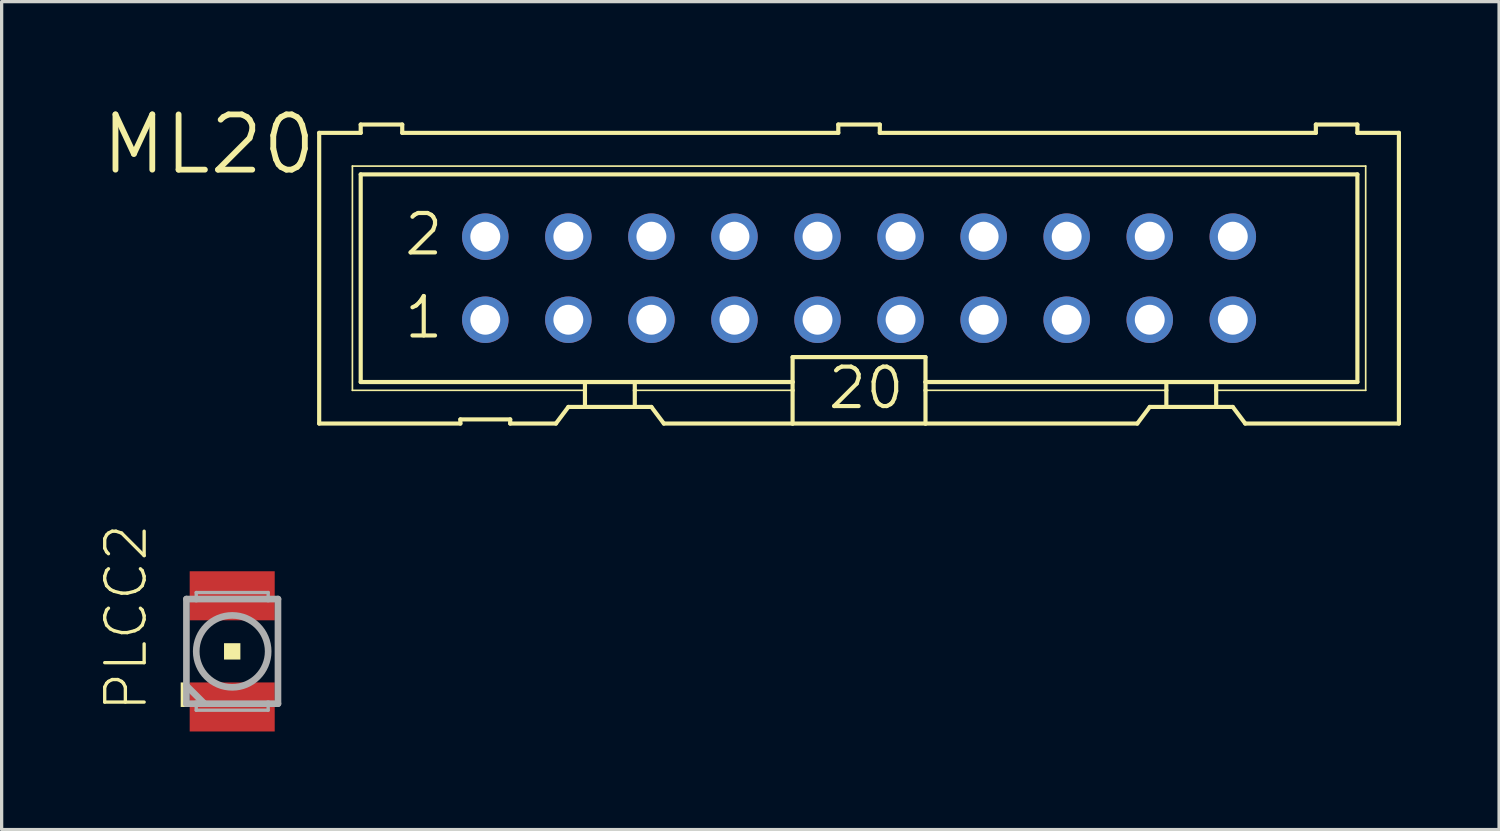
<source format=kicad_pcb>
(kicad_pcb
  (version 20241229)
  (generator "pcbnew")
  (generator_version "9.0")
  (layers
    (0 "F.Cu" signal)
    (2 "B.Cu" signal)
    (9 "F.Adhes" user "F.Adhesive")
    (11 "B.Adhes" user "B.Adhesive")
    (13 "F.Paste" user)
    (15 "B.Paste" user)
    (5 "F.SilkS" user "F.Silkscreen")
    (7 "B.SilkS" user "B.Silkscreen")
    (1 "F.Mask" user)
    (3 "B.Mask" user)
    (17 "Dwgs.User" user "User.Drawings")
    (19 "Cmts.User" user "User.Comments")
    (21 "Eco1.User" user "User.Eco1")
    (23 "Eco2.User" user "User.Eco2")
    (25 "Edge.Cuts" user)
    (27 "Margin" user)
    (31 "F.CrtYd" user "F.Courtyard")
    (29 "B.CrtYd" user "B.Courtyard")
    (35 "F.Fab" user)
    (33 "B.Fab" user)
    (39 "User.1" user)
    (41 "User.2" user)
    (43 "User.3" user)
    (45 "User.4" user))
  (footprint "PLCC2"
    (layer "F.Cu")
    (at 4.051 16.87)
    (property "Reference" "PLCC2" (at -2.54 1.905 90) (layer "F.SilkS") (effects (font (size 1.206 1.206) (thickness 0.102)) (justify left bottom)))
    (attr through_hole)
    (fp_poly (pts (xy -1.4 -0.65) (xy 1.4 -0.65) (xy 1.4 -2.35) (xy -1.4 -2.35)) (stroke (width 0) (type solid)) (fill yes) (layer "F.Mask"))
    (fp_poly (pts (xy -1.4 2.35) (xy 1.4 2.35) (xy 1.4 0.65) (xy -1.4 0.65)) (stroke (width 0) (type solid)) (fill yes) (layer "F.Mask"))
    (fp_poly (pts (xy -1.575 1.7) (xy -1.35 1.7) (xy -1.35 0.95) (xy -1.575 0.95)) (stroke (width 0) (type solid)) (fill yes) (layer "F.SilkS"))
    (fp_poly (pts (xy -0.25 0.25) (xy 0.25 0.25) (xy 0.25 -0.25) (xy -0.25 -0.25)) (stroke (width 0) (type solid)) (fill yes) (layer "F.SilkS"))
    (fp_poly (pts (xy -1.3 -0.75) (xy 1.3 -0.75) (xy 1.3 -2.25) (xy -1.3 -2.25)) (stroke (width 0) (type solid)) (fill yes) (layer "F.Paste"))
    (fp_poly (pts (xy -1.3 2.25) (xy 1.3 2.25) (xy 1.3 0.75) (xy -1.3 0.75)) (stroke (width 0) (type solid)) (fill yes) (layer "F.Paste"))
    (fp_line (start -1.4 -1.6) (end -1.4 1.05) (stroke (width 0.203) (type solid)) (layer "F.Fab"))
    (fp_line (start -1.4 1.05) (end -1.4 1.6) (stroke (width 0.203) (type solid)) (layer "F.Fab"))
    (fp_line (start -1.4 1.6) (end -1.1 1.6) (stroke (width 0.203) (type solid)) (layer "F.Fab"))
    (fp_line (start -1.1 -1.8) (end 1.1 -1.8) (stroke (width 0.102) (type solid)) (layer "F.Fab"))
    (fp_line (start -1.1 -1.6) (end -1.4 -1.6) (stroke (width 0.203) (type solid)) (layer "F.Fab"))
    (fp_line (start -1.1 -1.6) (end -1.1 -1.8) (stroke (width 0.102) (type solid)) (layer "F.Fab"))
    (fp_line (start -1.1 1.6) (end -1.1 1.8) (stroke (width 0.102) (type solid)) (layer "F.Fab"))
    (fp_line (start -1.1 1.6) (end -0.85 1.6) (stroke (width 0.203) (type solid)) (layer "F.Fab"))
    (fp_line (start -1.1 1.8) (end 1.1 1.8) (stroke (width 0.102) (type solid)) (layer "F.Fab"))
    (fp_line (start -0.85 1.6) (end -1.4 1.05) (stroke (width 0.203) (type solid)) (layer "F.Fab"))
    (fp_line (start -0.85 1.6) (end 1.1 1.6) (stroke (width 0.203) (type solid)) (layer "F.Fab"))
    (fp_line (start 1.1 -1.8) (end 1.1 -1.6) (stroke (width 0.102) (type solid)) (layer "F.Fab"))
    (fp_line (start 1.1 -1.6) (end -1.1 -1.6) (stroke (width 0.203) (type solid)) (layer "F.Fab"))
    (fp_line (start 1.1 1.6) (end 1.4 1.6) (stroke (width 0.203) (type solid)) (layer "F.Fab"))
    (fp_line (start 1.1 1.8) (end 1.1 1.6) (stroke (width 0.102) (type solid)) (layer "F.Fab"))
    (fp_line (start 1.4 -1.6) (end 1.1 -1.6) (stroke (width 0.203) (type solid)) (layer "F.Fab"))
    (fp_line (start 1.4 1.6) (end 1.4 -1.6) (stroke (width 0.203) (type solid)) (layer "F.Fab"))
    (fp_circle (center 0 0) (end 1.1 0) (stroke (width 0.203) (type solid)) (fill no) (layer "F.Fab"))
    (pad "A" smd rect (at 0 -1.7) (size 2.6 1.5) (layers "F.Cu" "F.Mask"))
    (pad "C" smd rect (at 0 1.7) (size 2.6 1.5) (layers "F.Cu" "F.Mask")))
  (footprint "ML20"
    (layer "F.Cu")
    (at 23.221 5.458)
    (property "Reference" "ML20" (at -16.51 -5.08 0) (layer "F.SilkS") (effects (font (size 1.689 1.689) (thickness 0.178)) (justify right top)))
    (attr through_hole)
    (fp_line (start -16.51 -4.445) (end -16.51 4.445) (stroke (width 0.127) (type solid)) (layer "F.SilkS"))
    (fp_line (start -16.51 -4.445) (end -15.24 -4.445) (stroke (width 0.127) (type solid)) (layer "F.SilkS"))
    (fp_line (start -16.51 4.445) (end -12.192 4.445) (stroke (width 0.127) (type solid)) (layer "F.SilkS"))
    (fp_line (start -15.494 -3.429) (end -15.494 3.429) (stroke (width 0.051) (type solid)) (layer "F.SilkS"))
    (fp_line (start -15.494 3.429) (end -8.382 3.429) (stroke (width 0.051) (type solid)) (layer "F.SilkS"))
    (fp_line (start -15.24 -4.699) (end -15.24 -4.445) (stroke (width 0.127) (type solid)) (layer "F.SilkS"))
    (fp_line (start -15.24 -3.175) (end -15.24 3.175) (stroke (width 0.127) (type solid)) (layer "F.SilkS"))
    (fp_line (start -15.24 -3.175) (end 15.24 -3.175) (stroke (width 0.127) (type solid)) (layer "F.SilkS"))
    (fp_line (start -13.97 -4.699) (end -15.24 -4.699) (stroke (width 0.127) (type solid)) (layer "F.SilkS"))
    (fp_line (start -13.97 -4.699) (end -13.97 -4.445) (stroke (width 0.127) (type solid)) (layer "F.SilkS"))
    (fp_line (start -13.97 -4.445) (end -0.635 -4.445) (stroke (width 0.127) (type solid)) (layer "F.SilkS"))
    (fp_line (start -12.192 4.318) (end -12.192 4.445) (stroke (width 0.127) (type solid)) (layer "F.SilkS"))
    (fp_line (start -12.192 4.318) (end -10.668 4.318) (stroke (width 0.127) (type solid)) (layer "F.SilkS"))
    (fp_line (start -10.668 4.445) (end -10.668 4.318) (stroke (width 0.127) (type solid)) (layer "F.SilkS"))
    (fp_line (start -10.668 4.445) (end -9.271 4.445) (stroke (width 0.127) (type solid)) (layer "F.SilkS"))
    (fp_line (start -9.271 4.445) (end -8.89 3.937) (stroke (width 0.127) (type solid)) (layer "F.SilkS"))
    (fp_line (start -8.382 3.175) (end -15.24 3.175) (stroke (width 0.127) (type solid)) (layer "F.SilkS"))
    (fp_line (start -8.382 3.175) (end -8.382 3.429) (stroke (width 0.127) (type solid)) (layer "F.SilkS"))
    (fp_line (start -8.382 3.429) (end -8.382 3.937) (stroke (width 0.127) (type solid)) (layer "F.SilkS"))
    (fp_line (start -8.382 3.937) (end -8.89 3.937) (stroke (width 0.127) (type solid)) (layer "F.SilkS"))
    (fp_line (start -6.858 3.175) (end -8.382 3.175) (stroke (width 0.127) (type solid)) (layer "F.SilkS"))
    (fp_line (start -6.858 3.175) (end -6.858 3.429) (stroke (width 0.127) (type solid)) (layer "F.SilkS"))
    (fp_line (start -6.858 3.429) (end -6.858 3.937) (stroke (width 0.127) (type solid)) (layer "F.SilkS"))
    (fp_line (start -6.858 3.429) (end -2.032 3.429) (stroke (width 0.051) (type solid)) (layer "F.SilkS"))
    (fp_line (start -6.858 3.937) (end -8.382 3.937) (stroke (width 0.127) (type solid)) (layer "F.SilkS"))
    (fp_line (start -6.35 3.937) (end -6.858 3.937) (stroke (width 0.127) (type solid)) (layer "F.SilkS"))
    (fp_line (start -6.35 3.937) (end -5.969 4.445) (stroke (width 0.127) (type solid)) (layer "F.SilkS"))
    (fp_line (start -5.969 4.445) (end -2.032 4.445) (stroke (width 0.127) (type solid)) (layer "F.SilkS"))
    (fp_line (start -2.032 3.175) (end -6.858 3.175) (stroke (width 0.127) (type solid)) (layer "F.SilkS"))
    (fp_line (start -2.032 3.175) (end -2.032 2.413) (stroke (width 0.127) (type solid)) (layer "F.SilkS"))
    (fp_line (start -2.032 3.175) (end -2.032 3.429) (stroke (width 0.127) (type solid)) (layer "F.SilkS"))
    (fp_line (start -2.032 3.429) (end -2.032 4.445) (stroke (width 0.127) (type solid)) (layer "F.SilkS"))
    (fp_line (start -0.635 -4.699) (end -0.635 -4.445) (stroke (width 0.127) (type solid)) (layer "F.SilkS"))
    (fp_line (start 0.635 -4.699) (end -0.635 -4.699) (stroke (width 0.127) (type solid)) (layer "F.SilkS"))
    (fp_line (start 0.635 -4.699) (end 0.635 -4.445) (stroke (width 0.127) (type solid)) (layer "F.SilkS"))
    (fp_line (start 0.635 -4.445) (end 13.97 -4.445) (stroke (width 0.127) (type solid)) (layer "F.SilkS"))
    (fp_line (start 2.032 2.413) (end -2.032 2.413) (stroke (width 0.127) (type solid)) (layer "F.SilkS"))
    (fp_line (start 2.032 2.413) (end 2.032 3.175) (stroke (width 0.127) (type solid)) (layer "F.SilkS"))
    (fp_line (start 2.032 3.175) (end 2.032 3.429) (stroke (width 0.127) (type solid)) (layer "F.SilkS"))
    (fp_line (start 2.032 3.429) (end 2.032 4.445) (stroke (width 0.127) (type solid)) (layer "F.SilkS"))
    (fp_line (start 2.032 4.445) (end -2.032 4.445) (stroke (width 0.127) (type solid)) (layer "F.SilkS"))
    (fp_line (start 8.509 4.445) (end 2.032 4.445) (stroke (width 0.127) (type solid)) (layer "F.SilkS"))
    (fp_line (start 8.509 4.445) (end 8.89 3.937) (stroke (width 0.127) (type solid)) (layer "F.SilkS"))
    (fp_line (start 9.398 3.175) (end 2.032 3.175) (stroke (width 0.127) (type solid)) (layer "F.SilkS"))
    (fp_line (start 9.398 3.175) (end 9.398 3.429) (stroke (width 0.127) (type solid)) (layer "F.SilkS"))
    (fp_line (start 9.398 3.429) (end 2.032 3.429) (stroke (width 0.051) (type solid)) (layer "F.SilkS"))
    (fp_line (start 9.398 3.429) (end 9.398 3.937) (stroke (width 0.127) (type solid)) (layer "F.SilkS"))
    (fp_line (start 9.398 3.937) (end 8.89 3.937) (stroke (width 0.127) (type solid)) (layer "F.SilkS"))
    (fp_line (start 10.922 3.175) (end 9.398 3.175) (stroke (width 0.127) (type solid)) (layer "F.SilkS"))
    (fp_line (start 10.922 3.175) (end 10.922 3.429) (stroke (width 0.127) (type solid)) (layer "F.SilkS"))
    (fp_line (start 10.922 3.429) (end 10.922 3.937) (stroke (width 0.127) (type solid)) (layer "F.SilkS"))
    (fp_line (start 10.922 3.429) (end 15.494 3.429) (stroke (width 0.051) (type solid)) (layer "F.SilkS"))
    (fp_line (start 10.922 3.937) (end 9.398 3.937) (stroke (width 0.127) (type solid)) (layer "F.SilkS"))
    (fp_line (start 11.43 3.937) (end 10.922 3.937) (stroke (width 0.127) (type solid)) (layer "F.SilkS"))
    (fp_line (start 11.43 3.937) (end 11.811 4.445) (stroke (width 0.127) (type solid)) (layer "F.SilkS"))
    (fp_line (start 13.97 -4.445) (end 13.97 -4.699) (stroke (width 0.127) (type solid)) (layer "F.SilkS"))
    (fp_line (start 15.24 -4.699) (end 13.97 -4.699) (stroke (width 0.127) (type solid)) (layer "F.SilkS"))
    (fp_line (start 15.24 -4.445) (end 15.24 -4.699) (stroke (width 0.127) (type solid)) (layer "F.SilkS"))
    (fp_line (start 15.24 -4.445) (end 16.51 -4.445) (stroke (width 0.127) (type solid)) (layer "F.SilkS"))
    (fp_line (start 15.24 3.175) (end 10.922 3.175) (stroke (width 0.127) (type solid)) (layer "F.SilkS"))
    (fp_line (start 15.24 3.175) (end 15.24 -3.175) (stroke (width 0.127) (type solid)) (layer "F.SilkS"))
    (fp_line (start 15.494 -3.429) (end -15.494 -3.429) (stroke (width 0.051) (type solid)) (layer "F.SilkS"))
    (fp_line (start 15.494 3.429) (end 15.494 -3.429) (stroke (width 0.051) (type solid)) (layer "F.SilkS"))
    (fp_line (start 16.51 4.445) (end 11.811 4.445) (stroke (width 0.127) (type solid)) (layer "F.SilkS"))
    (fp_line (start 16.51 4.445) (end 16.51 -4.445) (stroke (width 0.127) (type solid)) (layer "F.SilkS"))
    (fp_poly (pts (xy -11.684 -1.016) (xy -11.176 -1.016) (xy -11.176 -1.524) (xy -11.684 -1.524)) (stroke (width 0.1) (type solid)) (fill no) (layer "F.Fab"))
    (fp_poly (pts (xy -11.684 1.524) (xy -11.176 1.524) (xy -11.176 1.016) (xy -11.684 1.016)) (stroke (width 0.1) (type solid)) (fill no) (layer "F.Fab"))
    (fp_poly (pts (xy -9.144 -1.016) (xy -8.636 -1.016) (xy -8.636 -1.524) (xy -9.144 -1.524)) (stroke (width 0.1) (type solid)) (fill no) (layer "F.Fab"))
    (fp_poly (pts (xy -9.144 1.524) (xy -8.636 1.524) (xy -8.636 1.016) (xy -9.144 1.016)) (stroke (width 0.1) (type solid)) (fill no) (layer "F.Fab"))
    (fp_poly (pts (xy -6.604 -1.016) (xy -6.096 -1.016) (xy -6.096 -1.524) (xy -6.604 -1.524)) (stroke (width 0.1) (type solid)) (fill no) (layer "F.Fab"))
    (fp_poly (pts (xy -6.604 1.524) (xy -6.096 1.524) (xy -6.096 1.016) (xy -6.604 1.016)) (stroke (width 0.1) (type solid)) (fill no) (layer "F.Fab"))
    (fp_poly (pts (xy -4.064 -1.016) (xy -3.556 -1.016) (xy -3.556 -1.524) (xy -4.064 -1.524)) (stroke (width 0.1) (type solid)) (fill no) (layer "F.Fab"))
    (fp_poly (pts (xy -4.064 1.524) (xy -3.556 1.524) (xy -3.556 1.016) (xy -4.064 1.016)) (stroke (width 0.1) (type solid)) (fill no) (layer "F.Fab"))
    (fp_poly (pts (xy -1.524 -1.016) (xy -1.016 -1.016) (xy -1.016 -1.524) (xy -1.524 -1.524)) (stroke (width 0.1) (type solid)) (fill no) (layer "F.Fab"))
    (fp_poly (pts (xy -1.524 1.524) (xy -1.016 1.524) (xy -1.016 1.016) (xy -1.524 1.016)) (stroke (width 0.1) (type solid)) (fill no) (layer "F.Fab"))
    (fp_poly (pts (xy 1.016 -1.016) (xy 1.524 -1.016) (xy 1.524 -1.524) (xy 1.016 -1.524)) (stroke (width 0.1) (type solid)) (fill no) (layer "F.Fab"))
    (fp_poly (pts (xy 1.016 1.524) (xy 1.524 1.524) (xy 1.524 1.016) (xy 1.016 1.016)) (stroke (width 0.1) (type solid)) (fill no) (layer "F.Fab"))
    (fp_poly (pts (xy 3.556 -1.016) (xy 4.064 -1.016) (xy 4.064 -1.524) (xy 3.556 -1.524)) (stroke (width 0.1) (type solid)) (fill no) (layer "F.Fab"))
    (fp_poly (pts (xy 3.556 1.524) (xy 4.064 1.524) (xy 4.064 1.016) (xy 3.556 1.016)) (stroke (width 0.1) (type solid)) (fill no) (layer "F.Fab"))
    (fp_poly (pts (xy 6.096 -1.016) (xy 6.604 -1.016) (xy 6.604 -1.524) (xy 6.096 -1.524)) (stroke (width 0.1) (type solid)) (fill no) (layer "F.Fab"))
    (fp_poly (pts (xy 6.096 1.524) (xy 6.604 1.524) (xy 6.604 1.016) (xy 6.096 1.016)) (stroke (width 0.1) (type solid)) (fill no) (layer "F.Fab"))
    (fp_poly (pts (xy 8.636 -1.016) (xy 9.144 -1.016) (xy 9.144 -1.524) (xy 8.636 -1.524)) (stroke (width 0.1) (type solid)) (fill no) (layer "F.Fab"))
    (fp_poly (pts (xy 8.636 1.524) (xy 9.144 1.524) (xy 9.144 1.016) (xy 8.636 1.016)) (stroke (width 0.1) (type solid)) (fill no) (layer "F.Fab"))
    (fp_poly (pts (xy 11.176 -1.016) (xy 11.684 -1.016) (xy 11.684 -1.524) (xy 11.176 -1.524)) (stroke (width 0.1) (type solid)) (fill no) (layer "F.Fab"))
    (fp_poly (pts (xy 11.176 1.524) (xy 11.684 1.524) (xy 11.684 1.016) (xy 11.176 1.016)) (stroke (width 0.1) (type solid)) (fill no) (layer "F.Fab"))
    (fp_text user "2" (at -13.97 -0.635 0) (layer "F.SilkS") (effects (font (size 1.206 1.206) (thickness 0.127)) (justify left bottom)))
    (fp_text user "20" (at -1.016 4.064 0) (layer "F.SilkS") (effects (font (size 1.206 1.206) (thickness 0.127)) (justify left bottom)))
    (fp_text user "1" (at -13.97 1.905 0) (layer "F.SilkS") (effects (font (size 1.206 1.206) (thickness 0.127)) (justify left bottom)))
    (pad "1" thru_hole circle (at -11.43 1.27) (size 1.422 1.422) (drill 0.914) (layers "*.Cu" "*.Mask"))
    (pad "2" thru_hole circle (at -11.43 -1.27) (size 1.422 1.422) (drill 0.914) (layers "*.Cu" "*.Mask"))
    (pad "3" thru_hole circle (at -8.89 1.27) (size 1.422 1.422) (drill 0.914) (layers "*.Cu" "*.Mask"))
    (pad "4" thru_hole circle (at -8.89 -1.27) (size 1.422 1.422) (drill 0.914) (layers "*.Cu" "*.Mask"))
    (pad "5" thru_hole circle (at -6.35 1.27) (size 1.422 1.422) (drill 0.914) (layers "*.Cu" "*.Mask"))
    (pad "6" thru_hole circle (at -6.35 -1.27) (size 1.422 1.422) (drill 0.914) (layers "*.Cu" "*.Mask"))
    (pad "7" thru_hole circle (at -3.81 1.27) (size 1.422 1.422) (drill 0.914) (layers "*.Cu" "*.Mask"))
    (pad "8" thru_hole circle (at -3.81 -1.27) (size 1.422 1.422) (drill 0.914) (layers "*.Cu" "*.Mask"))
    (pad "9" thru_hole circle (at -1.27 1.27) (size 1.422 1.422) (drill 0.914) (layers "*.Cu" "*.Mask"))
    (pad "10" thru_hole circle (at -1.27 -1.27) (size 1.422 1.422) (drill 0.914) (layers "*.Cu" "*.Mask"))
    (pad "11" thru_hole circle (at 1.27 1.27) (size 1.422 1.422) (drill 0.914) (layers "*.Cu" "*.Mask"))
    (pad "12" thru_hole circle (at 1.27 -1.27) (size 1.422 1.422) (drill 0.914) (layers "*.Cu" "*.Mask"))
    (pad "13" thru_hole circle (at 3.81 1.27) (size 1.422 1.422) (drill 0.914) (layers "*.Cu" "*.Mask"))
    (pad "14" thru_hole circle (at 3.81 -1.27) (size 1.422 1.422) (drill 0.914) (layers "*.Cu" "*.Mask"))
    (pad "15" thru_hole circle (at 6.35 1.27) (size 1.422 1.422) (drill 0.914) (layers "*.Cu" "*.Mask"))
    (pad "16" thru_hole circle (at 6.35 -1.27) (size 1.422 1.422) (drill 0.914) (layers "*.Cu" "*.Mask"))
    (pad "17" thru_hole circle (at 8.89 1.27) (size 1.422 1.422) (drill 0.914) (layers "*.Cu" "*.Mask"))
    (pad "18" thru_hole circle (at 8.89 -1.27) (size 1.422 1.422) (drill 0.914) (layers "*.Cu" "*.Mask"))
    (pad "19" thru_hole circle (at 11.43 1.27) (size 1.422 1.422) (drill 0.914) (layers "*.Cu" "*.Mask"))
    (pad "20" thru_hole circle (at 11.43 -1.27) (size 1.422 1.422) (drill 0.914) (layers "*.Cu" "*.Mask")))
  (gr_rect
    (start -3 -3)
    (end 42.794 22.32)
    (stroke (width 0.1) (type default))
    (fill no)
    (layer "Edge.Cuts")))
</source>
